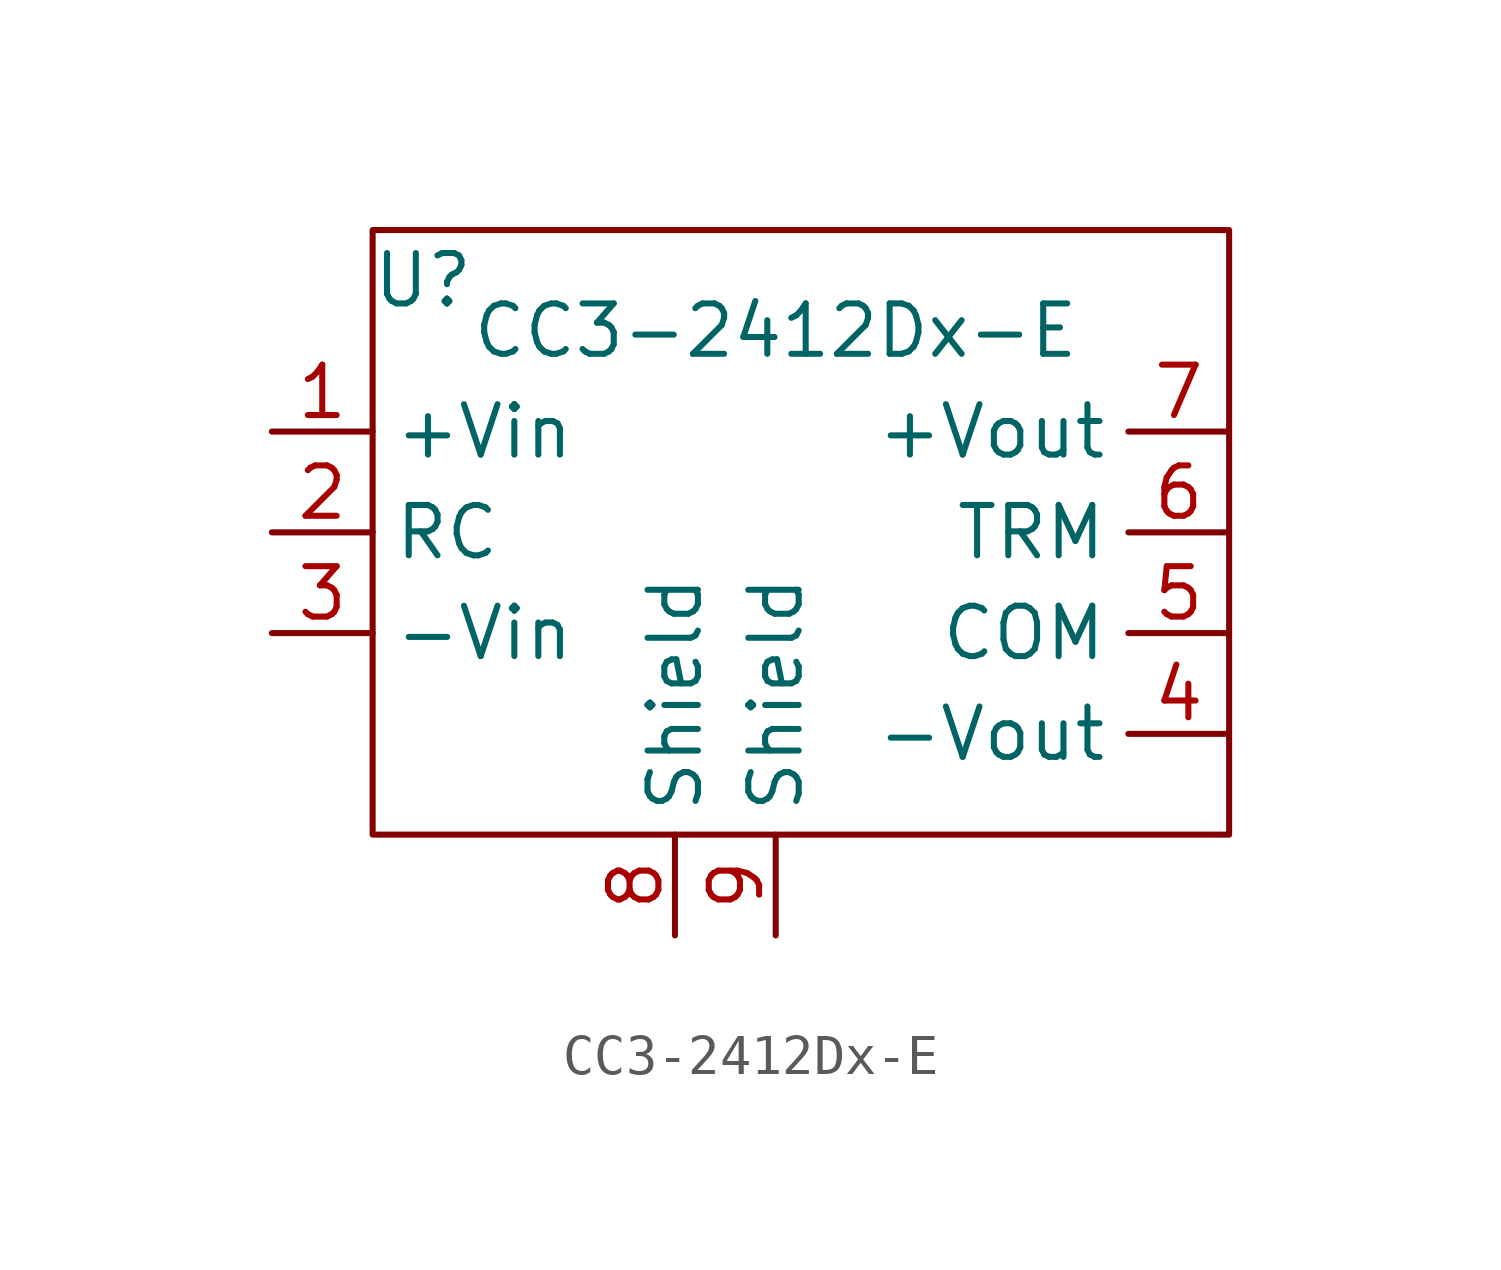
<source format=kicad_sym>
(kicad_symbol_lib
  (version 20220914)
  (generator kicad_symbol_editor)
  (symbol "CC3-2412Dx-E"
    (property "Reference" "U"
      (at -8.89 6.35 0)
      (effects (font (size 1.27 1.27))))
    (property "Value" "CC3-2412Dx-E"
      (at 0 5.08 0)
      (effects (font (size 1.27 1.27))))
    (symbol "CC3-2412Dx-E_0_0"
      (pin power_in line (at -12.7 2.54 0) (length 2.54) (name "+Vin" (effects (font (size 1.27 1.27)))) (number "1" (effects (font (size 1.27 1.27)))))
      (pin input line (at -12.7 0 0) (length 2.54) (name "RC" (effects (font (size 1.27 1.27)))) (number "2" (effects (font (size 1.27 1.27)))))
      (pin power_in line (at -12.7 -2.54 0) (length 2.54) (name "-Vin" (effects (font (size 1.27 1.27)))) (number "3" (effects (font (size 1.27 1.27)))))
      (pin power_out line (at 11.43 -5.08 180) (length 2.54) (name "-Vout" (effects (font (size 1.27 1.27)))) (number "4" (effects (font (size 1.27 1.27)))))
      (pin unspecified line (at 11.43 0 180) (length 2.54) (name "TRM" (effects (font (size 1.27 1.27)))) (number "6" (effects (font (size 1.27 1.27)))))
      (pin power_out line (at 11.43 2.54 180) (length 2.54) (name "+Vout" (effects (font (size 1.27 1.27)))) (number "7" (effects (font (size 1.27 1.27))))))
    (symbol "CC3-2412Dx-E_1_0"
      (pin power_out line (at 11.43 -2.54 180) (length 2.54) (name "COM" (effects (font (size 1.27 1.27)))) (number "5" (effects (font (size 1.27 1.27)))))
      (pin unspecified line (at -2.54 -10.16 90) (length 2.54) (name "Shield" (effects (font (size 1.27 1.27)))) (number "8" (effects (font (size 1.27 1.27)))))
      (pin unspecified line (at 0 -10.16 90) (length 2.54) (name "Shield" (effects (font (size 1.27 1.27)))) (number "9" (effects (font (size 1.27 1.27))))))
    (symbol "CC3-2412Dx-E_1_1"
      (rectangle (start -10.16 7.62) (end 11.43 -7.62) (stroke (width 0) (type default)) (fill (type none))))))
</source>
